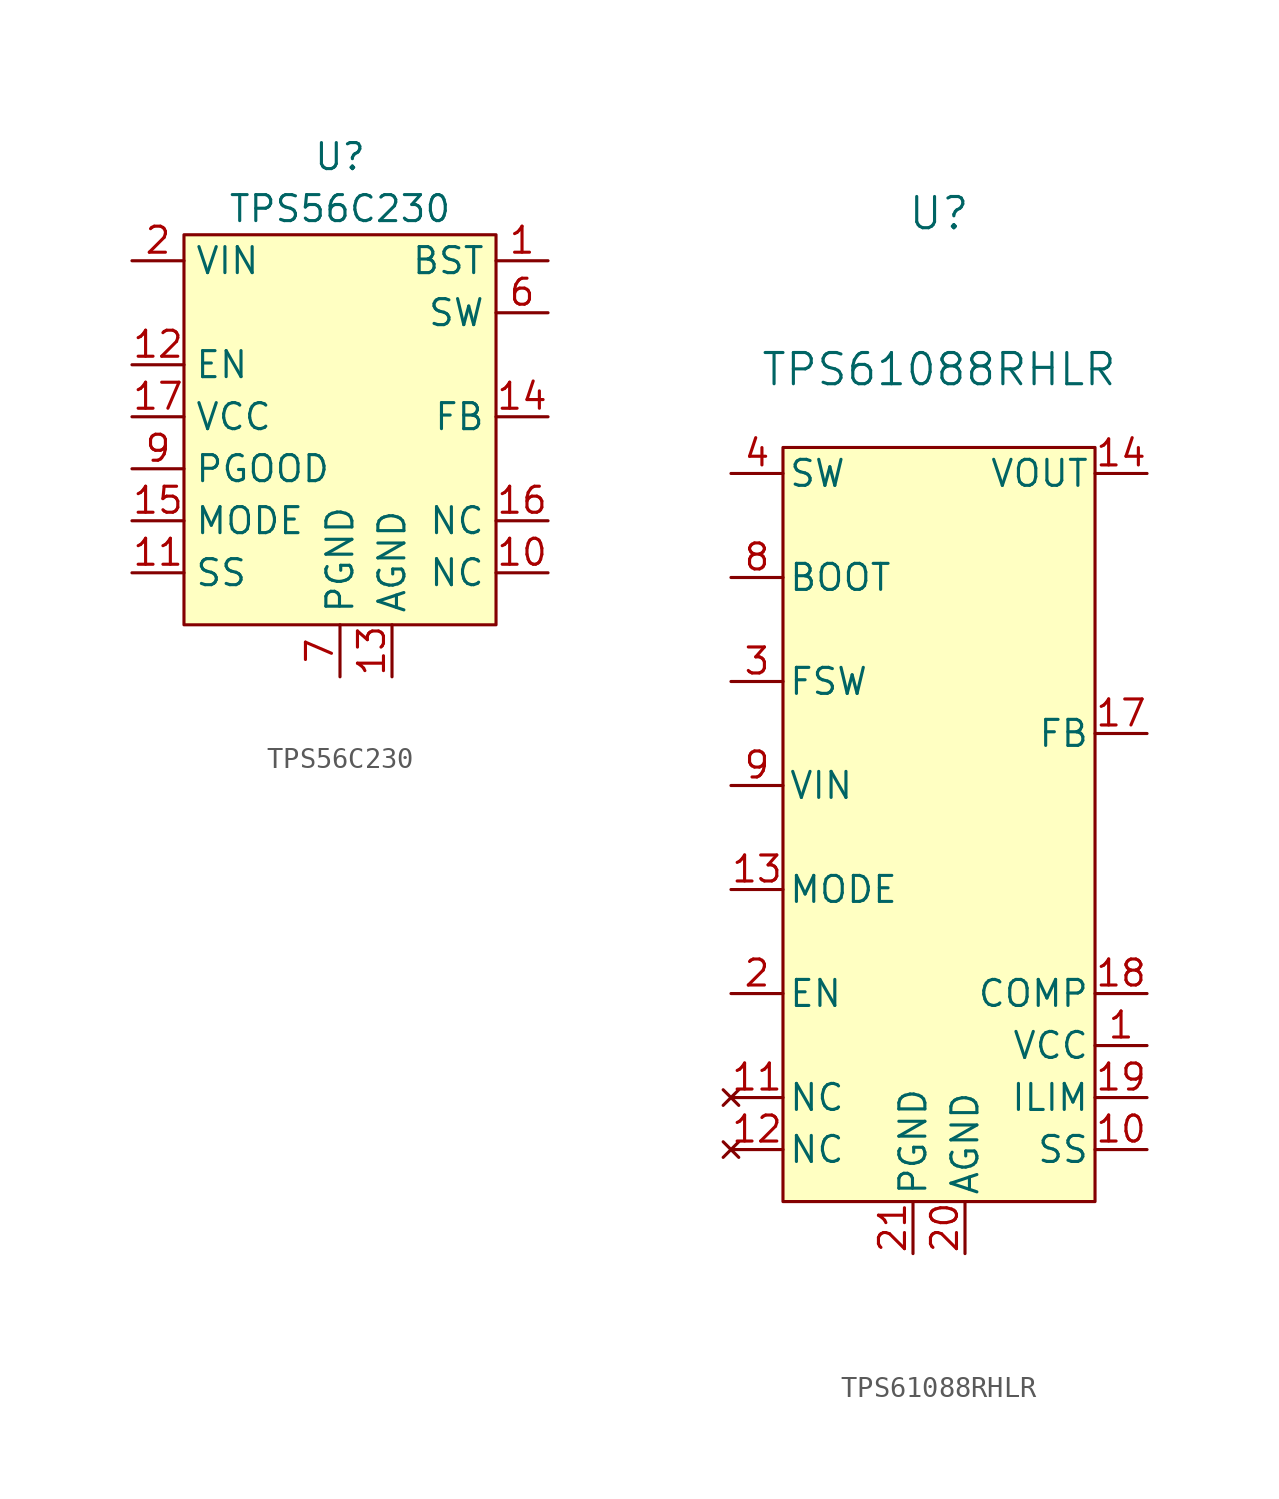
<source format=kicad_sym>
(kicad_symbol_lib
  (version 20220914)
  (generator kicad_symbol_editor)
  (symbol "TPS56C230"
    (property "Reference" "U"
      (at 0 5.08 0)
      (effects (font (size 1.27 1.27))))
    (property "Value" "TPS56C230"
      (at 0 2.54 0)
      (effects (font (size 1.27 1.27))))
    (symbol "TPS56C230_0_1"
      (rectangle (start 7.62 -17.78) (end -7.62 1.27) (stroke (width 0) (type default)) (fill (type background))))
    (symbol "TPS56C230_1_1"
      (pin passive line (at 10.16 0 180) (length 2.54) (name "BST" (effects (font (size 1.27 1.27)))) (number "1" (effects (font (size 1.27 1.27)))))
      (pin free line (at 10.16 -15.24 180) (length 2.54) (name "NC" (effects (font (size 1.27 1.27)))) (number "10" (effects (font (size 1.27 1.27)))))
      (pin passive line (at -10.16 -15.24 0) (length 2.54) (name "SS" (effects (font (size 1.27 1.27)))) (number "11" (effects (font (size 1.27 1.27)))))
      (pin input line (at -10.16 -5.08 0) (length 2.54) (name "EN" (effects (font (size 1.27 1.27)))) (number "12" (effects (font (size 1.27 1.27)))))
      (pin input line (at 2.54 -20.32 90) (length 2.54) (name "AGND" (effects (font (size 1.27 1.27)))) (number "13" (effects (font (size 1.27 1.27)))))
      (pin input line (at 10.16 -7.62 180) (length 2.54) (name "FB" (effects (font (size 1.27 1.27)))) (number "14" (effects (font (size 1.27 1.27)))))
      (pin input line (at -10.16 -12.7 0) (length 2.54) (name "MODE" (effects (font (size 1.27 1.27)))) (number "15" (effects (font (size 1.27 1.27)))))
      (pin free line (at 10.16 -12.7 180) (length 2.54) (name "NC" (effects (font (size 1.27 1.27)))) (number "16" (effects (font (size 1.27 1.27)))))
      (pin input line (at -10.16 -7.62 0) (length 2.54) (name "VCC" (effects (font (size 1.27 1.27)))) (number "17" (effects (font (size 1.27 1.27)))))
      (pin power_in line (at 0 -20.32 90) (length 2.54) hide (name "PGND" (effects (font (size 1.27 1.27)))) (number "18" (effects (font (size 1.27 1.27)))))
      (pin power_out line (at 10.16 -2.54 180) (length 2.54) hide (name "SW" (effects (font (size 1.27 1.27)))) (number "19" (effects (font (size 1.27 1.27)))))
      (pin power_in line (at -10.16 0 0) (length 2.54) (name "VIN" (effects (font (size 1.27 1.27)))) (number "2" (effects (font (size 1.27 1.27)))))
      (pin power_out line (at 10.16 -2.54 180) (length 2.54) hide (name "SW" (effects (font (size 1.27 1.27)))) (number "20" (effects (font (size 1.27 1.27)))))
      (pin power_in line (at 0 -20.32 90) (length 2.54) hide (name "PGND" (effects (font (size 1.27 1.27)))) (number "21" (effects (font (size 1.27 1.27)))))
      (pin power_in line (at -10.16 0 0) (length 2.54) hide (name "VIN" (effects (font (size 1.27 1.27)))) (number "3" (effects (font (size 1.27 1.27)))))
      (pin power_in line (at -10.16 0 0) (length 2.54) hide (name "VIN" (effects (font (size 1.27 1.27)))) (number "4" (effects (font (size 1.27 1.27)))))
      (pin power_in line (at -10.16 0 0) (length 2.54) hide (name "VIN" (effects (font (size 1.27 1.27)))) (number "5" (effects (font (size 1.27 1.27)))))
      (pin power_out line (at 10.16 -2.54 180) (length 2.54) (name "SW" (effects (font (size 1.27 1.27)))) (number "6" (effects (font (size 1.27 1.27)))))
      (pin power_in line (at 0 -20.32 90) (length 2.54) (name "PGND" (effects (font (size 1.27 1.27)))) (number "7" (effects (font (size 1.27 1.27)))))
      (pin power_in line (at 0 -20.32 90) (length 2.54) hide (name "PGND" (effects (font (size 1.27 1.27)))) (number "8" (effects (font (size 1.27 1.27)))))
      (pin output line (at -10.16 -10.16 0) (length 2.54) (name "PGOOD" (effects (font (size 1.27 1.27)))) (number "9" (effects (font (size 1.27 1.27)))))))
  (symbol "TPS61088RHLR"
    (pin_names
      (offset 0.254))
    (property "Reference" "U"
      (at 0 12.7 0)
      (effects (font (size 1.524 1.524))))
    (property "Value" "TPS61088RHLR"
      (at 0 5.08 0)
      (effects (font (size 1.524 1.524))))
    (symbol "TPS61088RHLR_0_1"
      (pin passive line (at 10.16 -27.94 180) (length 2.54) (name "VCC" (effects (font (size 1.27 1.27)))) (number "1" (effects (font (size 1.27 1.27)))))
      (pin passive line (at 10.16 -33.02 180) (length 2.54) (name "SS" (effects (font (size 1.27 1.27)))) (number "10" (effects (font (size 1.27 1.27)))))
      (pin input line (at -10.16 -20.32 0) (length 2.54) (name "MODE" (effects (font (size 1.27 1.27)))) (number "13" (effects (font (size 1.27 1.27)))))
      (pin power_out line (at 10.16 0 180) (length 2.54) (name "VOUT" (effects (font (size 1.27 1.27)))) (number "14" (effects (font (size 1.27 1.27)))))
      (pin power_out line (at 10.16 0 180) (length 2.54) hide (name "VOUT" (effects (font (size 1.27 1.27)))) (number "15" (effects (font (size 1.27 1.27)))))
      (pin power_out line (at 10.16 0 180) (length 2.54) hide (name "VOUT" (effects (font (size 1.27 1.27)))) (number "16" (effects (font (size 1.27 1.27)))))
      (pin input line (at 10.16 -12.7 180) (length 2.54) (name "FB" (effects (font (size 1.27 1.27)))) (number "17" (effects (font (size 1.27 1.27)))))
      (pin passive line (at 10.16 -25.4 180) (length 2.54) (name "COMP" (effects (font (size 1.27 1.27)))) (number "18" (effects (font (size 1.27 1.27)))))
      (pin passive line (at 10.16 -30.48 180) (length 2.54) (name "ILIM" (effects (font (size 1.27 1.27)))) (number "19" (effects (font (size 1.27 1.27)))))
      (pin input line (at -10.16 -25.4 0) (length 2.54) (name "EN" (effects (font (size 1.27 1.27)))) (number "2" (effects (font (size 1.27 1.27)))))
      (pin power_in line (at 1.27 -38.1 90) (length 2.54) (name "AGND" (effects (font (size 1.27 1.27)))) (number "20" (effects (font (size 1.27 1.27)))))
      (pin power_in line (at -1.27 -38.1 90) (length 2.54) (name "PGND" (effects (font (size 1.27 1.27)))) (number "21" (effects (font (size 1.27 1.27)))))
      (pin passive line (at -10.16 -10.16 0) (length 2.54) (name "FSW" (effects (font (size 1.27 1.27)))) (number "3" (effects (font (size 1.27 1.27)))))
      (pin power_in line (at -10.16 0 0) (length 2.54) (name "SW" (effects (font (size 1.27 1.27)))) (number "4" (effects (font (size 1.27 1.27)))))
      (pin power_in line (at -10.16 0 0) (length 2.54) hide (name "SW" (effects (font (size 1.27 1.27)))) (number "5" (effects (font (size 1.27 1.27)))))
      (pin power_in line (at -10.16 0 0) (length 2.54) hide (name "SW" (effects (font (size 1.27 1.27)))) (number "6" (effects (font (size 1.27 1.27)))))
      (pin power_in line (at -10.16 0 0) (length 2.54) hide (name "SW" (effects (font (size 1.27 1.27)))) (number "7" (effects (font (size 1.27 1.27)))))
      (pin passive line (at -10.16 -5.08 0) (length 2.54) (name "BOOT" (effects (font (size 1.27 1.27)))) (number "8" (effects (font (size 1.27 1.27)))))
      (pin power_in line (at -10.16 -15.24 0) (length 2.54) (name "VIN" (effects (font (size 1.27 1.27)))) (number "9" (effects (font (size 1.27 1.27))))))
    (symbol "TPS61088RHLR_1_1"
      (rectangle (start -7.62 1.27) (end 7.62 -35.56) (stroke (width 0) (type default)) (fill (type background)))
      (pin power_in line (at -1.27 -38.1 90) (length 2.54) hide (name "PGND" (effects (font (size 1.27 1.27)))) (number "0" (effects (font (size 1.27 1.27)))))
      (pin no_connect line (at -10.16 -30.48 0) (length 2.54) (name "NC" (effects (font (size 1.27 1.27)))) (number "11" (effects (font (size 1.27 1.27)))))
      (pin no_connect line (at -10.16 -33.02 0) (length 2.54) (name "NC" (effects (font (size 1.27 1.27)))) (number "12" (effects (font (size 1.27 1.27))))))))
</source>
